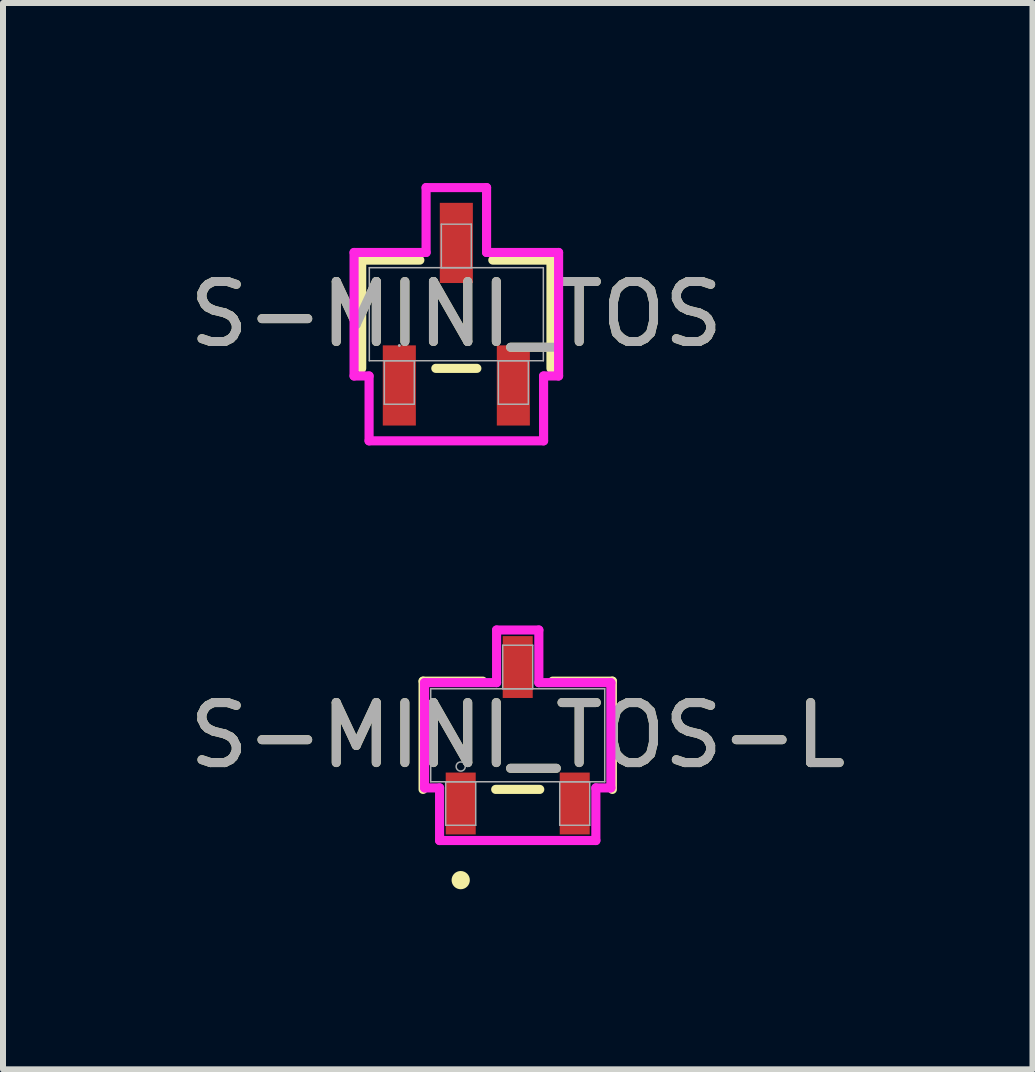
<source format=kicad_pcb>
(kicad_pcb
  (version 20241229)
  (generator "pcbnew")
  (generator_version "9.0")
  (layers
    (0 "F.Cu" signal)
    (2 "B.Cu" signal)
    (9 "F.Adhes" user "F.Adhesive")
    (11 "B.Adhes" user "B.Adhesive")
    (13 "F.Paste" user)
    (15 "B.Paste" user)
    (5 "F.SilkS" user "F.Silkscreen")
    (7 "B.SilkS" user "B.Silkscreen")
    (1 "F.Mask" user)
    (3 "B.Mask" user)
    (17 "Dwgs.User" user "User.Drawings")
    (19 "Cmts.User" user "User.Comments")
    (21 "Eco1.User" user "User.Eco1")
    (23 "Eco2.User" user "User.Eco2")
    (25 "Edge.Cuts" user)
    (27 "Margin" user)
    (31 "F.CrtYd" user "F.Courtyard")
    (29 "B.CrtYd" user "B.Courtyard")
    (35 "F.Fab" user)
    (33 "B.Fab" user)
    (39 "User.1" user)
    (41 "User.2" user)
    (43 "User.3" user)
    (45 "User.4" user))
  (footprint "S-MINI_TOS-L"
    (layer "F.Cu")
    (at 5.577 9.202)
    (property "Reference" "S-MINI_TOS-L" (at 0 0 0) (unlocked yes) (layer "F.SilkS") (effects (font (size 1 1) (thickness 0.15))))
    (attr smd)
    (fp_line (start -1.577 -0.902) (end -1.577 0.902) (stroke (width 0.152) (type solid)) (layer "F.SilkS"))
    (fp_line (start -0.583 -0.902) (end -1.577 -0.902) (stroke (width 0.152) (type solid)) (layer "F.SilkS"))
    (fp_line (start -0.367 0.902) (end 0.367 0.902) (stroke (width 0.152) (type solid)) (layer "F.SilkS"))
    (fp_line (start 1.577 -0.902) (end 0.583 -0.902) (stroke (width 0.152) (type solid)) (layer "F.SilkS"))
    (fp_line (start 1.577 0.902) (end 1.577 -0.902) (stroke (width 0.152) (type solid)) (layer "F.SilkS"))
    (fp_circle (center -0.95 2.414) (end -0.874 2.414) (stroke (width 0.152) (type solid)) (fill no) (layer "F.SilkS"))
    (fp_line (start -1.552 -0.877) (end -0.352 -0.877) (stroke (width 0.152) (type solid)) (layer "F.CrtYd"))
    (fp_line (start -1.552 0.877) (end -1.552 -0.877) (stroke (width 0.152) (type solid)) (layer "F.CrtYd"))
    (fp_line (start -1.552 0.877) (end -1.302 0.877) (stroke (width 0.152) (type solid)) (layer "F.CrtYd"))
    (fp_line (start -1.302 0.877) (end -1.302 1.754) (stroke (width 0.152) (type solid)) (layer "F.CrtYd"))
    (fp_line (start -1.302 1.754) (end 1.302 1.754) (stroke (width 0.152) (type solid)) (layer "F.CrtYd"))
    (fp_line (start -0.352 -1.754) (end 0.352 -1.754) (stroke (width 0.152) (type solid)) (layer "F.CrtYd"))
    (fp_line (start -0.352 -0.877) (end -0.352 -1.754) (stroke (width 0.152) (type solid)) (layer "F.CrtYd"))
    (fp_line (start 0.352 -0.877) (end 0.352 -1.754) (stroke (width 0.152) (type solid)) (layer "F.CrtYd"))
    (fp_line (start 1.302 0.877) (end 1.302 1.754) (stroke (width 0.152) (type solid)) (layer "F.CrtYd"))
    (fp_line (start 1.552 -0.877) (end 0.352 -0.877) (stroke (width 0.152) (type solid)) (layer "F.CrtYd"))
    (fp_line (start 1.552 -0.877) (end 1.552 0.877) (stroke (width 0.152) (type solid)) (layer "F.CrtYd"))
    (fp_line (start 1.552 0.877) (end 1.302 0.877) (stroke (width 0.152) (type solid)) (layer "F.CrtYd"))
    (fp_line (start -1.45 -0.775) (end -1.45 0.775) (stroke (width 0.025) (type solid)) (layer "F.Fab"))
    (fp_line (start -1.45 0.775) (end 1.45 0.775) (stroke (width 0.025) (type solid)) (layer "F.Fab"))
    (fp_line (start -1.2 0.775) (end -1.2 1.5) (stroke (width 0.025) (type solid)) (layer "F.Fab"))
    (fp_line (start -1.2 1.5) (end -0.7 1.5) (stroke (width 0.025) (type solid)) (layer "F.Fab"))
    (fp_line (start -0.7 0.775) (end -1.2 0.775) (stroke (width 0.025) (type solid)) (layer "F.Fab"))
    (fp_line (start -0.7 1.5) (end -0.7 0.775) (stroke (width 0.025) (type solid)) (layer "F.Fab"))
    (fp_line (start -0.25 -1.5) (end -0.25 -0.775) (stroke (width 0.025) (type solid)) (layer "F.Fab"))
    (fp_line (start -0.25 -0.775) (end 0.25 -0.775) (stroke (width 0.025) (type solid)) (layer "F.Fab"))
    (fp_line (start 0.25 -1.5) (end -0.25 -1.5) (stroke (width 0.025) (type solid)) (layer "F.Fab"))
    (fp_line (start 0.25 -0.775) (end 0.25 -1.5) (stroke (width 0.025) (type solid)) (layer "F.Fab"))
    (fp_line (start 0.7 0.775) (end 0.7 1.5) (stroke (width 0.025) (type solid)) (layer "F.Fab"))
    (fp_line (start 0.7 1.5) (end 1.2 1.5) (stroke (width 0.025) (type solid)) (layer "F.Fab"))
    (fp_line (start 1.2 0.775) (end 0.7 0.775) (stroke (width 0.025) (type solid)) (layer "F.Fab"))
    (fp_line (start 1.2 1.5) (end 1.2 0.775) (stroke (width 0.025) (type solid)) (layer "F.Fab"))
    (fp_line (start 1.45 -0.775) (end -1.45 -0.775) (stroke (width 0.025) (type solid)) (layer "F.Fab"))
    (fp_line (start 1.45 0.775) (end 1.45 -0.775) (stroke (width 0.025) (type solid)) (layer "F.Fab"))
    (fp_circle (center -0.95 0.521) (end -0.874 0.521) (stroke (width 0.025) (type solid)) (fill no) (layer "F.Fab"))
    (fp_text user "${REFERENCE}" (at 0 0 0) (unlocked yes) (layer "F.Fab") (effects (font (size 1 1) (thickness 0.15))))
    (pad "1" smd rect (at -0.95 1.137) (size 0.5 1.031) (layers "F.Cu" "F.Mask" "F.Paste"))
    (pad "2" smd rect (at 0.95 1.137) (size 0.5 1.031) (layers "F.Cu" "F.Mask" "F.Paste"))
    (pad "3" smd rect (at 0 -1.137) (size 0.5 1.031) (layers "F.Cu" "F.Mask" "F.Paste")))
  (footprint "S-MINI_TOS"
    (layer "F.Cu")
    (at 4.554 2.186)
    (property "Reference" "S-MINI_TOS" (at 0 0 0) (unlocked yes) (layer "F.SilkS") (effects (font (size 1 1) (thickness 0.15))))
    (attr smd)
    (fp_line (start -1.577 -0.902) (end -1.577 0.902) (stroke (width 0.152) (type solid)) (layer "F.SilkS"))
    (fp_line (start -0.608 -0.902) (end -1.577 -0.902) (stroke (width 0.152) (type solid)) (layer "F.SilkS"))
    (fp_line (start -0.342 0.902) (end 0.342 0.902) (stroke (width 0.152) (type solid)) (layer "F.SilkS"))
    (fp_line (start 1.577 -0.902) (end 0.608 -0.902) (stroke (width 0.152) (type solid)) (layer "F.SilkS"))
    (fp_line (start 1.577 0.902) (end 1.577 -0.902) (stroke (width 0.152) (type solid)) (layer "F.SilkS"))
    (fp_line (start -1.704 -1.029) (end -0.504 -1.029) (stroke (width 0.152) (type solid)) (layer "F.CrtYd"))
    (fp_line (start -1.704 1.029) (end -1.704 -1.029) (stroke (width 0.152) (type solid)) (layer "F.CrtYd"))
    (fp_line (start -1.704 1.029) (end -1.454 1.029) (stroke (width 0.152) (type solid)) (layer "F.CrtYd"))
    (fp_line (start -1.454 1.029) (end -1.454 2.11) (stroke (width 0.152) (type solid)) (layer "F.CrtYd"))
    (fp_line (start -1.454 2.11) (end 1.454 2.11) (stroke (width 0.152) (type solid)) (layer "F.CrtYd"))
    (fp_line (start -0.504 -2.11) (end 0.504 -2.11) (stroke (width 0.152) (type solid)) (layer "F.CrtYd"))
    (fp_line (start -0.504 -1.029) (end -0.504 -2.11) (stroke (width 0.152) (type solid)) (layer "F.CrtYd"))
    (fp_line (start 0.504 -1.029) (end 0.504 -2.11) (stroke (width 0.152) (type solid)) (layer "F.CrtYd"))
    (fp_line (start 1.454 1.029) (end 1.454 2.11) (stroke (width 0.152) (type solid)) (layer "F.CrtYd"))
    (fp_line (start 1.704 -1.029) (end 0.504 -1.029) (stroke (width 0.152) (type solid)) (layer "F.CrtYd"))
    (fp_line (start 1.704 -1.029) (end 1.704 1.029) (stroke (width 0.152) (type solid)) (layer "F.CrtYd"))
    (fp_line (start 1.704 1.029) (end 1.454 1.029) (stroke (width 0.152) (type solid)) (layer "F.CrtYd"))
    (fp_line (start -1.45 -0.775) (end -1.45 0.775) (stroke (width 0.025) (type solid)) (layer "F.Fab"))
    (fp_line (start -1.45 0.775) (end 1.45 0.775) (stroke (width 0.025) (type solid)) (layer "F.Fab"))
    (fp_line (start -1.2 0.775) (end -1.2 1.5) (stroke (width 0.025) (type solid)) (layer "F.Fab"))
    (fp_line (start -1.2 1.5) (end -0.7 1.5) (stroke (width 0.025) (type solid)) (layer "F.Fab"))
    (fp_line (start -0.7 0.775) (end -1.2 0.775) (stroke (width 0.025) (type solid)) (layer "F.Fab"))
    (fp_line (start -0.7 1.5) (end -0.7 0.775) (stroke (width 0.025) (type solid)) (layer "F.Fab"))
    (fp_line (start -0.25 -1.5) (end -0.25 -0.775) (stroke (width 0.025) (type solid)) (layer "F.Fab"))
    (fp_line (start -0.25 -0.775) (end 0.25 -0.775) (stroke (width 0.025) (type solid)) (layer "F.Fab"))
    (fp_line (start 0.25 -1.5) (end -0.25 -1.5) (stroke (width 0.025) (type solid)) (layer "F.Fab"))
    (fp_line (start 0.25 -0.775) (end 0.25 -1.5) (stroke (width 0.025) (type solid)) (layer "F.Fab"))
    (fp_line (start 0.7 0.775) (end 0.7 1.5) (stroke (width 0.025) (type solid)) (layer "F.Fab"))
    (fp_line (start 0.7 1.5) (end 1.2 1.5) (stroke (width 0.025) (type solid)) (layer "F.Fab"))
    (fp_line (start 1.2 0.775) (end 0.7 0.775) (stroke (width 0.025) (type solid)) (layer "F.Fab"))
    (fp_line (start 1.2 1.5) (end 1.2 0.775) (stroke (width 0.025) (type solid)) (layer "F.Fab"))
    (fp_line (start 1.45 -0.775) (end -1.45 -0.775) (stroke (width 0.025) (type solid)) (layer "F.Fab"))
    (fp_line (start 1.45 0.775) (end 1.45 -0.775) (stroke (width 0.025) (type solid)) (layer "F.Fab"))
    (fp_circle (center -0.95 0.521) (end -0.95 0.521) (stroke (width 0.025) (type solid)) (fill no) (layer "F.Fab"))
    (fp_text user "${REFERENCE}" (at 0 0 0) (unlocked yes) (layer "F.Fab") (effects (font (size 1 1) (thickness 0.15))))
    (pad "1" smd rect (at -0.95 1.187) (size 0.551 1.336) (layers "F.Cu" "F.Mask" "F.Paste"))
    (pad "2" smd rect (at 0.95 1.187) (size 0.551 1.336) (layers "F.Cu" "F.Mask" "F.Paste"))
    (pad "3" smd rect (at 0 -1.188) (size 0.551 1.336) (layers "F.Cu" "F.Mask" "F.Paste")))
  (gr_rect
    (start -3 -3)
    (end 14.155 14.769)
    (stroke (width 0.1) (type default))
    (fill no)
    (layer "Edge.Cuts")))
</source>
